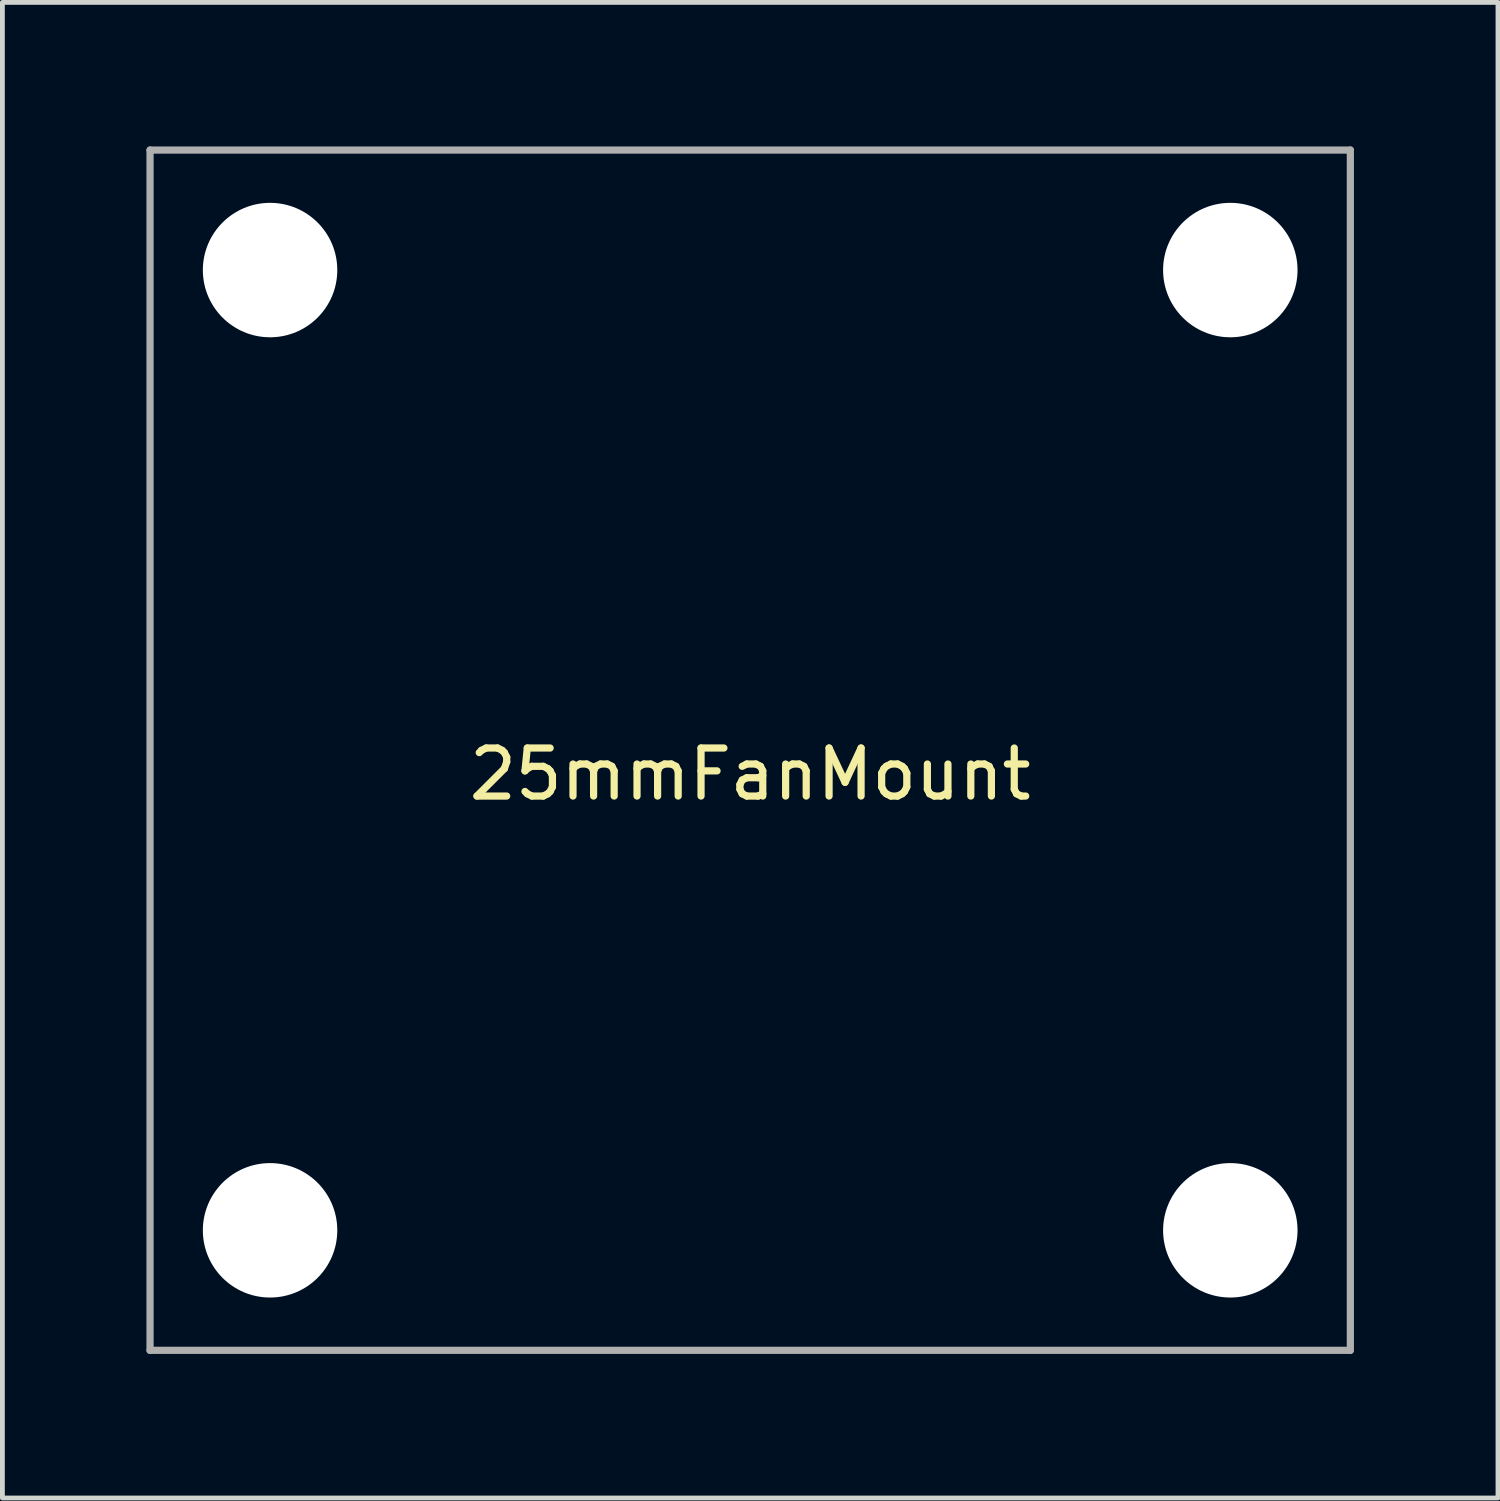
<source format=kicad_pcb>
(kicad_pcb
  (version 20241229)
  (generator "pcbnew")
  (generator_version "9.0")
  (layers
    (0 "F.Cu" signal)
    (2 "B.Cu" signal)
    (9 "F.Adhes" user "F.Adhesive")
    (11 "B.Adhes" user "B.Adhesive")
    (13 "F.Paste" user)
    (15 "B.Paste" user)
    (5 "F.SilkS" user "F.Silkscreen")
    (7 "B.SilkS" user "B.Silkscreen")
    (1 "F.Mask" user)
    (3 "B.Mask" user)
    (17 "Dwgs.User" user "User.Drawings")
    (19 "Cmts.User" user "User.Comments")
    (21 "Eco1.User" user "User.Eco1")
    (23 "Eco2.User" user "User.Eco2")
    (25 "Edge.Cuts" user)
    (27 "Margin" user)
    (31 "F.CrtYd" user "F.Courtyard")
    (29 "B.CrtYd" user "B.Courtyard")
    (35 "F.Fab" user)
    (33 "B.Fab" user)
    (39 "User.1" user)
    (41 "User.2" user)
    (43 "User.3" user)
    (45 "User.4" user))
  (footprint "25mmFanMount"
    (layer "F.Cu")
    (at 12.575 12.575)
    (property "Reference" "25mmFanMount" (at 0 0.5 0) (layer "F.SilkS") (effects (font (size 1 1) (thickness 0.15))))
    (attr through_hole)
    (fp_line (start -12.5 -12.5) (end 12.5 -12.5) (stroke (width 0.15) (type solid)) (layer "B.Paste"))
    (fp_line (start -12.5 12.5) (end -12.5 -12.5) (stroke (width 0.15) (type solid)) (layer "B.Paste"))
    (fp_line (start 12.5 -12.5) (end 12.5 12.5) (stroke (width 0.15) (type solid)) (layer "B.Paste"))
    (fp_line (start 12.5 12.5) (end -12.5 12.5) (stroke (width 0.15) (type solid)) (layer "B.Paste"))
    (fp_line (start -12.5 -12.5) (end 12.5 -12.5) (stroke (width 0.15) (type solid)) (layer "F.Fab"))
    (fp_line (start -12.5 12.5) (end -12.5 -12.5) (stroke (width 0.15) (type solid)) (layer "F.Fab"))
    (fp_line (start 12.5 -12.5) (end 12.5 12.5) (stroke (width 0.15) (type solid)) (layer "F.Fab"))
    (fp_line (start 12.5 12.5) (end -12.5 12.5) (stroke (width 0.15) (type solid)) (layer "F.Fab"))
    (pad "" np_thru_hole circle (at -10 -10) (size 2.8 2.8) (drill 2.8) (layers "*.Cu" "*.Mask"))
    (pad "" np_thru_hole circle (at -10 10) (size 2.8 2.8) (drill 2.8) (layers "*.Cu" "*.Mask"))
    (pad "" np_thru_hole circle (at 10 -10) (size 2.8 2.8) (drill 2.8) (layers "*.Cu" "*.Mask"))
    (pad "" np_thru_hole circle (at 10 10) (size 2.8 2.8) (drill 2.8) (layers "*.Cu" "*.Mask")))
  (gr_rect
    (start -3 -3)
    (end 28.15 28.15)
    (stroke (width 0.1) (type default))
    (fill no)
    (layer "Edge.Cuts")))
</source>
